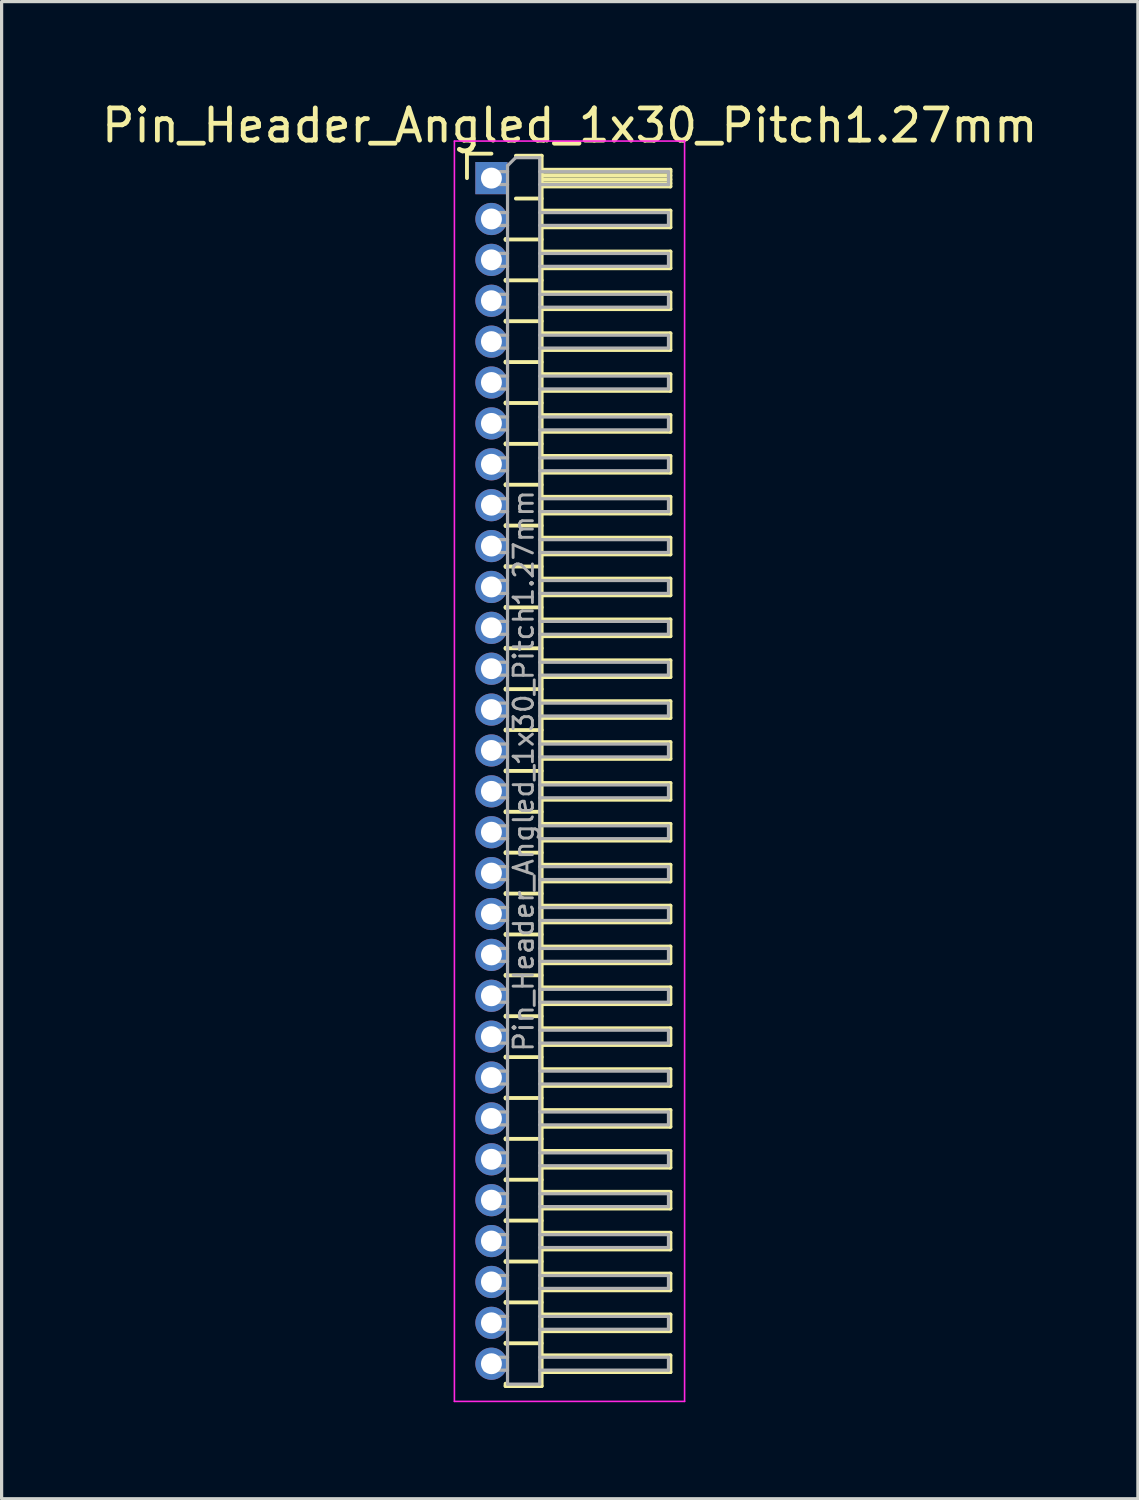
<source format=kicad_pcb>
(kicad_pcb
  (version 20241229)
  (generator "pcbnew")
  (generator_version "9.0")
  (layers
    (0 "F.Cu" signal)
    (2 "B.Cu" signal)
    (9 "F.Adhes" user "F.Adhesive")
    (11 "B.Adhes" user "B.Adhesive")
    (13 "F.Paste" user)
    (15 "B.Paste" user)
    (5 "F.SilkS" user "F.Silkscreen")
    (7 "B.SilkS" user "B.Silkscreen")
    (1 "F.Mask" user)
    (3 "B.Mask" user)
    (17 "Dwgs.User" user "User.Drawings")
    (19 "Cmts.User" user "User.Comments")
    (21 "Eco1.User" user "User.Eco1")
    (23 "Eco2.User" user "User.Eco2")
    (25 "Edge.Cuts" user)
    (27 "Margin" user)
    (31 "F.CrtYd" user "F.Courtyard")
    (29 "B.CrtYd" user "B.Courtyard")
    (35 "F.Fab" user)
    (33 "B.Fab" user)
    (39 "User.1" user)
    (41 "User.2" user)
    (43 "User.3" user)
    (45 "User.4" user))
  (footprint "Pin_Header_Angled_1x30_Pitch1.27mm"
    (layer "F.Cu")
    (at 12.216 2.483)
    (property "Reference" "Pin_Header_Angled_1x30_Pitch1.27mm" (at 2.433 -1.635 0) (layer "F.SilkS") (effects (font (size 1 1) (thickness 0.15))))
    (attr through_hole)
    (fp_line (start -0.76 -0.76) (end 0 -0.76) (stroke (width 0.12) (type solid)) (layer "F.SilkS"))
    (fp_line (start -0.76 0) (end -0.76 -0.76) (stroke (width 0.12) (type solid)) (layer "F.SilkS"))
    (fp_line (start 0.44 1.89) (end 0.44 1.92) (stroke (width 0.12) (type solid)) (layer "F.SilkS"))
    (fp_line (start 0.44 1.905) (end 1.56 1.905) (stroke (width 0.12) (type solid)) (layer "F.SilkS"))
    (fp_line (start 0.44 3.16) (end 0.44 3.19) (stroke (width 0.12) (type solid)) (layer "F.SilkS"))
    (fp_line (start 0.44 3.175) (end 1.56 3.175) (stroke (width 0.12) (type solid)) (layer "F.SilkS"))
    (fp_line (start 0.44 4.43) (end 0.44 4.46) (stroke (width 0.12) (type solid)) (layer "F.SilkS"))
    (fp_line (start 0.44 4.445) (end 1.56 4.445) (stroke (width 0.12) (type solid)) (layer "F.SilkS"))
    (fp_line (start 0.44 5.7) (end 0.44 5.73) (stroke (width 0.12) (type solid)) (layer "F.SilkS"))
    (fp_line (start 0.44 5.715) (end 1.56 5.715) (stroke (width 0.12) (type solid)) (layer "F.SilkS"))
    (fp_line (start 0.44 6.97) (end 0.44 7) (stroke (width 0.12) (type solid)) (layer "F.SilkS"))
    (fp_line (start 0.44 6.985) (end 1.56 6.985) (stroke (width 0.12) (type solid)) (layer "F.SilkS"))
    (fp_line (start 0.44 8.24) (end 0.44 8.27) (stroke (width 0.12) (type solid)) (layer "F.SilkS"))
    (fp_line (start 0.44 8.255) (end 1.56 8.255) (stroke (width 0.12) (type solid)) (layer "F.SilkS"))
    (fp_line (start 0.44 9.51) (end 0.44 9.54) (stroke (width 0.12) (type solid)) (layer "F.SilkS"))
    (fp_line (start 0.44 9.525) (end 1.56 9.525) (stroke (width 0.12) (type solid)) (layer "F.SilkS"))
    (fp_line (start 0.44 10.78) (end 0.44 10.81) (stroke (width 0.12) (type solid)) (layer "F.SilkS"))
    (fp_line (start 0.44 10.795) (end 1.56 10.795) (stroke (width 0.12) (type solid)) (layer "F.SilkS"))
    (fp_line (start 0.44 12.05) (end 0.44 12.08) (stroke (width 0.12) (type solid)) (layer "F.SilkS"))
    (fp_line (start 0.44 12.065) (end 1.56 12.065) (stroke (width 0.12) (type solid)) (layer "F.SilkS"))
    (fp_line (start 0.44 13.32) (end 0.44 13.35) (stroke (width 0.12) (type solid)) (layer "F.SilkS"))
    (fp_line (start 0.44 13.335) (end 1.56 13.335) (stroke (width 0.12) (type solid)) (layer "F.SilkS"))
    (fp_line (start 0.44 14.59) (end 0.44 14.62) (stroke (width 0.12) (type solid)) (layer "F.SilkS"))
    (fp_line (start 0.44 14.605) (end 1.56 14.605) (stroke (width 0.12) (type solid)) (layer "F.SilkS"))
    (fp_line (start 0.44 15.86) (end 0.44 15.89) (stroke (width 0.12) (type solid)) (layer "F.SilkS"))
    (fp_line (start 0.44 15.875) (end 1.56 15.875) (stroke (width 0.12) (type solid)) (layer "F.SilkS"))
    (fp_line (start 0.44 17.13) (end 0.44 17.16) (stroke (width 0.12) (type solid)) (layer "F.SilkS"))
    (fp_line (start 0.44 17.145) (end 1.56 17.145) (stroke (width 0.12) (type solid)) (layer "F.SilkS"))
    (fp_line (start 0.44 18.4) (end 0.44 18.43) (stroke (width 0.12) (type solid)) (layer "F.SilkS"))
    (fp_line (start 0.44 18.415) (end 1.56 18.415) (stroke (width 0.12) (type solid)) (layer "F.SilkS"))
    (fp_line (start 0.44 19.67) (end 0.44 19.7) (stroke (width 0.12) (type solid)) (layer "F.SilkS"))
    (fp_line (start 0.44 19.685) (end 1.56 19.685) (stroke (width 0.12) (type solid)) (layer "F.SilkS"))
    (fp_line (start 0.44 20.94) (end 0.44 20.97) (stroke (width 0.12) (type solid)) (layer "F.SilkS"))
    (fp_line (start 0.44 20.955) (end 1.56 20.955) (stroke (width 0.12) (type solid)) (layer "F.SilkS"))
    (fp_line (start 0.44 22.21) (end 0.44 22.24) (stroke (width 0.12) (type solid)) (layer "F.SilkS"))
    (fp_line (start 0.44 22.225) (end 1.56 22.225) (stroke (width 0.12) (type solid)) (layer "F.SilkS"))
    (fp_line (start 0.44 23.48) (end 0.44 23.51) (stroke (width 0.12) (type solid)) (layer "F.SilkS"))
    (fp_line (start 0.44 23.495) (end 1.56 23.495) (stroke (width 0.12) (type solid)) (layer "F.SilkS"))
    (fp_line (start 0.44 24.75) (end 0.44 24.78) (stroke (width 0.12) (type solid)) (layer "F.SilkS"))
    (fp_line (start 0.44 24.765) (end 1.56 24.765) (stroke (width 0.12) (type solid)) (layer "F.SilkS"))
    (fp_line (start 0.44 26.02) (end 0.44 26.05) (stroke (width 0.12) (type solid)) (layer "F.SilkS"))
    (fp_line (start 0.44 26.035) (end 1.56 26.035) (stroke (width 0.12) (type solid)) (layer "F.SilkS"))
    (fp_line (start 0.44 27.29) (end 0.44 27.32) (stroke (width 0.12) (type solid)) (layer "F.SilkS"))
    (fp_line (start 0.44 27.305) (end 1.56 27.305) (stroke (width 0.12) (type solid)) (layer "F.SilkS"))
    (fp_line (start 0.44 28.56) (end 0.44 28.59) (stroke (width 0.12) (type solid)) (layer "F.SilkS"))
    (fp_line (start 0.44 28.575) (end 1.56 28.575) (stroke (width 0.12) (type solid)) (layer "F.SilkS"))
    (fp_line (start 0.44 29.83) (end 0.44 29.86) (stroke (width 0.12) (type solid)) (layer "F.SilkS"))
    (fp_line (start 0.44 29.845) (end 1.56 29.845) (stroke (width 0.12) (type solid)) (layer "F.SilkS"))
    (fp_line (start 0.44 31.1) (end 0.44 31.13) (stroke (width 0.12) (type solid)) (layer "F.SilkS"))
    (fp_line (start 0.44 31.115) (end 1.56 31.115) (stroke (width 0.12) (type solid)) (layer "F.SilkS"))
    (fp_line (start 0.44 32.37) (end 0.44 32.4) (stroke (width 0.12) (type solid)) (layer "F.SilkS"))
    (fp_line (start 0.44 32.385) (end 1.56 32.385) (stroke (width 0.12) (type solid)) (layer "F.SilkS"))
    (fp_line (start 0.44 33.64) (end 0.44 33.67) (stroke (width 0.12) (type solid)) (layer "F.SilkS"))
    (fp_line (start 0.44 33.655) (end 1.56 33.655) (stroke (width 0.12) (type solid)) (layer "F.SilkS"))
    (fp_line (start 0.44 34.91) (end 0.44 34.94) (stroke (width 0.12) (type solid)) (layer "F.SilkS"))
    (fp_line (start 0.44 34.925) (end 1.56 34.925) (stroke (width 0.12) (type solid)) (layer "F.SilkS"))
    (fp_line (start 0.44 36.18) (end 0.44 36.21) (stroke (width 0.12) (type solid)) (layer "F.SilkS"))
    (fp_line (start 0.44 36.195) (end 1.56 36.195) (stroke (width 0.12) (type solid)) (layer "F.SilkS"))
    (fp_line (start 0.44 37.525) (end 0.44 37.45) (stroke (width 0.12) (type solid)) (layer "F.SilkS"))
    (fp_line (start 0.76 -0.695) (end 1.56 -0.695) (stroke (width 0.12) (type solid)) (layer "F.SilkS"))
    (fp_line (start 0.76 0.635) (end 1.56 0.635) (stroke (width 0.12) (type solid)) (layer "F.SilkS"))
    (fp_line (start 1.56 -0.695) (end 1.56 37.525) (stroke (width 0.12) (type solid)) (layer "F.SilkS"))
    (fp_line (start 1.56 -0.26) (end 5.56 -0.26) (stroke (width 0.12) (type solid)) (layer "F.SilkS"))
    (fp_line (start 1.56 -0.2) (end 5.56 -0.2) (stroke (width 0.12) (type solid)) (layer "F.SilkS"))
    (fp_line (start 1.56 -0.08) (end 5.56 -0.08) (stroke (width 0.12) (type solid)) (layer "F.SilkS"))
    (fp_line (start 1.56 0.04) (end 5.56 0.04) (stroke (width 0.12) (type solid)) (layer "F.SilkS"))
    (fp_line (start 1.56 0.16) (end 5.56 0.16) (stroke (width 0.12) (type solid)) (layer "F.SilkS"))
    (fp_line (start 1.56 1.01) (end 5.56 1.01) (stroke (width 0.12) (type solid)) (layer "F.SilkS"))
    (fp_line (start 1.56 2.28) (end 5.56 2.28) (stroke (width 0.12) (type solid)) (layer "F.SilkS"))
    (fp_line (start 1.56 3.55) (end 5.56 3.55) (stroke (width 0.12) (type solid)) (layer "F.SilkS"))
    (fp_line (start 1.56 4.82) (end 5.56 4.82) (stroke (width 0.12) (type solid)) (layer "F.SilkS"))
    (fp_line (start 1.56 6.09) (end 5.56 6.09) (stroke (width 0.12) (type solid)) (layer "F.SilkS"))
    (fp_line (start 1.56 7.36) (end 5.56 7.36) (stroke (width 0.12) (type solid)) (layer "F.SilkS"))
    (fp_line (start 1.56 8.63) (end 5.56 8.63) (stroke (width 0.12) (type solid)) (layer "F.SilkS"))
    (fp_line (start 1.56 9.9) (end 5.56 9.9) (stroke (width 0.12) (type solid)) (layer "F.SilkS"))
    (fp_line (start 1.56 11.17) (end 5.56 11.17) (stroke (width 0.12) (type solid)) (layer "F.SilkS"))
    (fp_line (start 1.56 12.44) (end 5.56 12.44) (stroke (width 0.12) (type solid)) (layer "F.SilkS"))
    (fp_line (start 1.56 13.71) (end 5.56 13.71) (stroke (width 0.12) (type solid)) (layer "F.SilkS"))
    (fp_line (start 1.56 14.98) (end 5.56 14.98) (stroke (width 0.12) (type solid)) (layer "F.SilkS"))
    (fp_line (start 1.56 16.25) (end 5.56 16.25) (stroke (width 0.12) (type solid)) (layer "F.SilkS"))
    (fp_line (start 1.56 17.52) (end 5.56 17.52) (stroke (width 0.12) (type solid)) (layer "F.SilkS"))
    (fp_line (start 1.56 18.79) (end 5.56 18.79) (stroke (width 0.12) (type solid)) (layer "F.SilkS"))
    (fp_line (start 1.56 20.06) (end 5.56 20.06) (stroke (width 0.12) (type solid)) (layer "F.SilkS"))
    (fp_line (start 1.56 21.33) (end 5.56 21.33) (stroke (width 0.12) (type solid)) (layer "F.SilkS"))
    (fp_line (start 1.56 22.6) (end 5.56 22.6) (stroke (width 0.12) (type solid)) (layer "F.SilkS"))
    (fp_line (start 1.56 23.87) (end 5.56 23.87) (stroke (width 0.12) (type solid)) (layer "F.SilkS"))
    (fp_line (start 1.56 25.14) (end 5.56 25.14) (stroke (width 0.12) (type solid)) (layer "F.SilkS"))
    (fp_line (start 1.56 26.41) (end 5.56 26.41) (stroke (width 0.12) (type solid)) (layer "F.SilkS"))
    (fp_line (start 1.56 27.68) (end 5.56 27.68) (stroke (width 0.12) (type solid)) (layer "F.SilkS"))
    (fp_line (start 1.56 28.95) (end 5.56 28.95) (stroke (width 0.12) (type solid)) (layer "F.SilkS"))
    (fp_line (start 1.56 30.22) (end 5.56 30.22) (stroke (width 0.12) (type solid)) (layer "F.SilkS"))
    (fp_line (start 1.56 31.49) (end 5.56 31.49) (stroke (width 0.12) (type solid)) (layer "F.SilkS"))
    (fp_line (start 1.56 32.76) (end 5.56 32.76) (stroke (width 0.12) (type solid)) (layer "F.SilkS"))
    (fp_line (start 1.56 34.03) (end 5.56 34.03) (stroke (width 0.12) (type solid)) (layer "F.SilkS"))
    (fp_line (start 1.56 35.3) (end 5.56 35.3) (stroke (width 0.12) (type solid)) (layer "F.SilkS"))
    (fp_line (start 1.56 36.57) (end 5.56 36.57) (stroke (width 0.12) (type solid)) (layer "F.SilkS"))
    (fp_line (start 1.56 37.525) (end 0.44 37.525) (stroke (width 0.12) (type solid)) (layer "F.SilkS"))
    (fp_line (start 5.56 -0.26) (end 5.56 0.26) (stroke (width 0.12) (type solid)) (layer "F.SilkS"))
    (fp_line (start 5.56 0.26) (end 1.56 0.26) (stroke (width 0.12) (type solid)) (layer "F.SilkS"))
    (fp_line (start 5.56 1.01) (end 5.56 1.53) (stroke (width 0.12) (type solid)) (layer "F.SilkS"))
    (fp_line (start 5.56 1.53) (end 1.56 1.53) (stroke (width 0.12) (type solid)) (layer "F.SilkS"))
    (fp_line (start 5.56 2.28) (end 5.56 2.8) (stroke (width 0.12) (type solid)) (layer "F.SilkS"))
    (fp_line (start 5.56 2.8) (end 1.56 2.8) (stroke (width 0.12) (type solid)) (layer "F.SilkS"))
    (fp_line (start 5.56 3.55) (end 5.56 4.07) (stroke (width 0.12) (type solid)) (layer "F.SilkS"))
    (fp_line (start 5.56 4.07) (end 1.56 4.07) (stroke (width 0.12) (type solid)) (layer "F.SilkS"))
    (fp_line (start 5.56 4.82) (end 5.56 5.34) (stroke (width 0.12) (type solid)) (layer "F.SilkS"))
    (fp_line (start 5.56 5.34) (end 1.56 5.34) (stroke (width 0.12) (type solid)) (layer "F.SilkS"))
    (fp_line (start 5.56 6.09) (end 5.56 6.61) (stroke (width 0.12) (type solid)) (layer "F.SilkS"))
    (fp_line (start 5.56 6.61) (end 1.56 6.61) (stroke (width 0.12) (type solid)) (layer "F.SilkS"))
    (fp_line (start 5.56 7.36) (end 5.56 7.88) (stroke (width 0.12) (type solid)) (layer "F.SilkS"))
    (fp_line (start 5.56 7.88) (end 1.56 7.88) (stroke (width 0.12) (type solid)) (layer "F.SilkS"))
    (fp_line (start 5.56 8.63) (end 5.56 9.15) (stroke (width 0.12) (type solid)) (layer "F.SilkS"))
    (fp_line (start 5.56 9.15) (end 1.56 9.15) (stroke (width 0.12) (type solid)) (layer "F.SilkS"))
    (fp_line (start 5.56 9.9) (end 5.56 10.42) (stroke (width 0.12) (type solid)) (layer "F.SilkS"))
    (fp_line (start 5.56 10.42) (end 1.56 10.42) (stroke (width 0.12) (type solid)) (layer "F.SilkS"))
    (fp_line (start 5.56 11.17) (end 5.56 11.69) (stroke (width 0.12) (type solid)) (layer "F.SilkS"))
    (fp_line (start 5.56 11.69) (end 1.56 11.69) (stroke (width 0.12) (type solid)) (layer "F.SilkS"))
    (fp_line (start 5.56 12.44) (end 5.56 12.96) (stroke (width 0.12) (type solid)) (layer "F.SilkS"))
    (fp_line (start 5.56 12.96) (end 1.56 12.96) (stroke (width 0.12) (type solid)) (layer "F.SilkS"))
    (fp_line (start 5.56 13.71) (end 5.56 14.23) (stroke (width 0.12) (type solid)) (layer "F.SilkS"))
    (fp_line (start 5.56 14.23) (end 1.56 14.23) (stroke (width 0.12) (type solid)) (layer "F.SilkS"))
    (fp_line (start 5.56 14.98) (end 5.56 15.5) (stroke (width 0.12) (type solid)) (layer "F.SilkS"))
    (fp_line (start 5.56 15.5) (end 1.56 15.5) (stroke (width 0.12) (type solid)) (layer "F.SilkS"))
    (fp_line (start 5.56 16.25) (end 5.56 16.77) (stroke (width 0.12) (type solid)) (layer "F.SilkS"))
    (fp_line (start 5.56 16.77) (end 1.56 16.77) (stroke (width 0.12) (type solid)) (layer "F.SilkS"))
    (fp_line (start 5.56 17.52) (end 5.56 18.04) (stroke (width 0.12) (type solid)) (layer "F.SilkS"))
    (fp_line (start 5.56 18.04) (end 1.56 18.04) (stroke (width 0.12) (type solid)) (layer "F.SilkS"))
    (fp_line (start 5.56 18.79) (end 5.56 19.31) (stroke (width 0.12) (type solid)) (layer "F.SilkS"))
    (fp_line (start 5.56 19.31) (end 1.56 19.31) (stroke (width 0.12) (type solid)) (layer "F.SilkS"))
    (fp_line (start 5.56 20.06) (end 5.56 20.58) (stroke (width 0.12) (type solid)) (layer "F.SilkS"))
    (fp_line (start 5.56 20.58) (end 1.56 20.58) (stroke (width 0.12) (type solid)) (layer "F.SilkS"))
    (fp_line (start 5.56 21.33) (end 5.56 21.85) (stroke (width 0.12) (type solid)) (layer "F.SilkS"))
    (fp_line (start 5.56 21.85) (end 1.56 21.85) (stroke (width 0.12) (type solid)) (layer "F.SilkS"))
    (fp_line (start 5.56 22.6) (end 5.56 23.12) (stroke (width 0.12) (type solid)) (layer "F.SilkS"))
    (fp_line (start 5.56 23.12) (end 1.56 23.12) (stroke (width 0.12) (type solid)) (layer "F.SilkS"))
    (fp_line (start 5.56 23.87) (end 5.56 24.39) (stroke (width 0.12) (type solid)) (layer "F.SilkS"))
    (fp_line (start 5.56 24.39) (end 1.56 24.39) (stroke (width 0.12) (type solid)) (layer "F.SilkS"))
    (fp_line (start 5.56 25.14) (end 5.56 25.66) (stroke (width 0.12) (type solid)) (layer "F.SilkS"))
    (fp_line (start 5.56 25.66) (end 1.56 25.66) (stroke (width 0.12) (type solid)) (layer "F.SilkS"))
    (fp_line (start 5.56 26.41) (end 5.56 26.93) (stroke (width 0.12) (type solid)) (layer "F.SilkS"))
    (fp_line (start 5.56 26.93) (end 1.56 26.93) (stroke (width 0.12) (type solid)) (layer "F.SilkS"))
    (fp_line (start 5.56 27.68) (end 5.56 28.2) (stroke (width 0.12) (type solid)) (layer "F.SilkS"))
    (fp_line (start 5.56 28.2) (end 1.56 28.2) (stroke (width 0.12) (type solid)) (layer "F.SilkS"))
    (fp_line (start 5.56 28.95) (end 5.56 29.47) (stroke (width 0.12) (type solid)) (layer "F.SilkS"))
    (fp_line (start 5.56 29.47) (end 1.56 29.47) (stroke (width 0.12) (type solid)) (layer "F.SilkS"))
    (fp_line (start 5.56 30.22) (end 5.56 30.74) (stroke (width 0.12) (type solid)) (layer "F.SilkS"))
    (fp_line (start 5.56 30.74) (end 1.56 30.74) (stroke (width 0.12) (type solid)) (layer "F.SilkS"))
    (fp_line (start 5.56 31.49) (end 5.56 32.01) (stroke (width 0.12) (type solid)) (layer "F.SilkS"))
    (fp_line (start 5.56 32.01) (end 1.56 32.01) (stroke (width 0.12) (type solid)) (layer "F.SilkS"))
    (fp_line (start 5.56 32.76) (end 5.56 33.28) (stroke (width 0.12) (type solid)) (layer "F.SilkS"))
    (fp_line (start 5.56 33.28) (end 1.56 33.28) (stroke (width 0.12) (type solid)) (layer "F.SilkS"))
    (fp_line (start 5.56 34.03) (end 5.56 34.55) (stroke (width 0.12) (type solid)) (layer "F.SilkS"))
    (fp_line (start 5.56 34.55) (end 1.56 34.55) (stroke (width 0.12) (type solid)) (layer "F.SilkS"))
    (fp_line (start 5.56 35.3) (end 5.56 35.82) (stroke (width 0.12) (type solid)) (layer "F.SilkS"))
    (fp_line (start 5.56 35.82) (end 1.56 35.82) (stroke (width 0.12) (type solid)) (layer "F.SilkS"))
    (fp_line (start 5.56 36.57) (end 5.56 37.09) (stroke (width 0.12) (type solid)) (layer "F.SilkS"))
    (fp_line (start 5.56 37.09) (end 1.56 37.09) (stroke (width 0.12) (type solid)) (layer "F.SilkS"))
    (fp_line (start -1.15 -1.15) (end -1.15 38) (stroke (width 0.05) (type solid)) (layer "F.CrtYd"))
    (fp_line (start -1.15 38) (end 6 38) (stroke (width 0.05) (type solid)) (layer "F.CrtYd"))
    (fp_line (start 6 -1.15) (end -1.15 -1.15) (stroke (width 0.05) (type solid)) (layer "F.CrtYd"))
    (fp_line (start 6 38) (end 6 -1.15) (stroke (width 0.05) (type solid)) (layer "F.CrtYd"))
    (fp_line (start -0.2 -0.2) (end -0.2 0.2) (stroke (width 0.1) (type solid)) (layer "F.Fab"))
    (fp_line (start -0.2 -0.2) (end 0.5 -0.2) (stroke (width 0.1) (type solid)) (layer "F.Fab"))
    (fp_line (start -0.2 0.2) (end 0.5 0.2) (stroke (width 0.1) (type solid)) (layer "F.Fab"))
    (fp_line (start -0.2 1.07) (end -0.2 1.47) (stroke (width 0.1) (type solid)) (layer "F.Fab"))
    (fp_line (start -0.2 1.07) (end 0.5 1.07) (stroke (width 0.1) (type solid)) (layer "F.Fab"))
    (fp_line (start -0.2 1.47) (end 0.5 1.47) (stroke (width 0.1) (type solid)) (layer "F.Fab"))
    (fp_line (start -0.2 2.34) (end -0.2 2.74) (stroke (width 0.1) (type solid)) (layer "F.Fab"))
    (fp_line (start -0.2 2.34) (end 0.5 2.34) (stroke (width 0.1) (type solid)) (layer "F.Fab"))
    (fp_line (start -0.2 2.74) (end 0.5 2.74) (stroke (width 0.1) (type solid)) (layer "F.Fab"))
    (fp_line (start -0.2 3.61) (end -0.2 4.01) (stroke (width 0.1) (type solid)) (layer "F.Fab"))
    (fp_line (start -0.2 3.61) (end 0.5 3.61) (stroke (width 0.1) (type solid)) (layer "F.Fab"))
    (fp_line (start -0.2 4.01) (end 0.5 4.01) (stroke (width 0.1) (type solid)) (layer "F.Fab"))
    (fp_line (start -0.2 4.88) (end -0.2 5.28) (stroke (width 0.1) (type solid)) (layer "F.Fab"))
    (fp_line (start -0.2 4.88) (end 0.5 4.88) (stroke (width 0.1) (type solid)) (layer "F.Fab"))
    (fp_line (start -0.2 5.28) (end 0.5 5.28) (stroke (width 0.1) (type solid)) (layer "F.Fab"))
    (fp_line (start -0.2 6.15) (end -0.2 6.55) (stroke (width 0.1) (type solid)) (layer "F.Fab"))
    (fp_line (start -0.2 6.15) (end 0.5 6.15) (stroke (width 0.1) (type solid)) (layer "F.Fab"))
    (fp_line (start -0.2 6.55) (end 0.5 6.55) (stroke (width 0.1) (type solid)) (layer "F.Fab"))
    (fp_line (start -0.2 7.42) (end -0.2 7.82) (stroke (width 0.1) (type solid)) (layer "F.Fab"))
    (fp_line (start -0.2 7.42) (end 0.5 7.42) (stroke (width 0.1) (type solid)) (layer "F.Fab"))
    (fp_line (start -0.2 7.82) (end 0.5 7.82) (stroke (width 0.1) (type solid)) (layer "F.Fab"))
    (fp_line (start -0.2 8.69) (end -0.2 9.09) (stroke (width 0.1) (type solid)) (layer "F.Fab"))
    (fp_line (start -0.2 8.69) (end 0.5 8.69) (stroke (width 0.1) (type solid)) (layer "F.Fab"))
    (fp_line (start -0.2 9.09) (end 0.5 9.09) (stroke (width 0.1) (type solid)) (layer "F.Fab"))
    (fp_line (start -0.2 9.96) (end -0.2 10.36) (stroke (width 0.1) (type solid)) (layer "F.Fab"))
    (fp_line (start -0.2 9.96) (end 0.5 9.96) (stroke (width 0.1) (type solid)) (layer "F.Fab"))
    (fp_line (start -0.2 10.36) (end 0.5 10.36) (stroke (width 0.1) (type solid)) (layer "F.Fab"))
    (fp_line (start -0.2 11.23) (end -0.2 11.63) (stroke (width 0.1) (type solid)) (layer "F.Fab"))
    (fp_line (start -0.2 11.23) (end 0.5 11.23) (stroke (width 0.1) (type solid)) (layer "F.Fab"))
    (fp_line (start -0.2 11.63) (end 0.5 11.63) (stroke (width 0.1) (type solid)) (layer "F.Fab"))
    (fp_line (start -0.2 12.5) (end -0.2 12.9) (stroke (width 0.1) (type solid)) (layer "F.Fab"))
    (fp_line (start -0.2 12.5) (end 0.5 12.5) (stroke (width 0.1) (type solid)) (layer "F.Fab"))
    (fp_line (start -0.2 12.9) (end 0.5 12.9) (stroke (width 0.1) (type solid)) (layer "F.Fab"))
    (fp_line (start -0.2 13.77) (end -0.2 14.17) (stroke (width 0.1) (type solid)) (layer "F.Fab"))
    (fp_line (start -0.2 13.77) (end 0.5 13.77) (stroke (width 0.1) (type solid)) (layer "F.Fab"))
    (fp_line (start -0.2 14.17) (end 0.5 14.17) (stroke (width 0.1) (type solid)) (layer "F.Fab"))
    (fp_line (start -0.2 15.04) (end -0.2 15.44) (stroke (width 0.1) (type solid)) (layer "F.Fab"))
    (fp_line (start -0.2 15.04) (end 0.5 15.04) (stroke (width 0.1) (type solid)) (layer "F.Fab"))
    (fp_line (start -0.2 15.44) (end 0.5 15.44) (stroke (width 0.1) (type solid)) (layer "F.Fab"))
    (fp_line (start -0.2 16.31) (end -0.2 16.71) (stroke (width 0.1) (type solid)) (layer "F.Fab"))
    (fp_line (start -0.2 16.31) (end 0.5 16.31) (stroke (width 0.1) (type solid)) (layer "F.Fab"))
    (fp_line (start -0.2 16.71) (end 0.5 16.71) (stroke (width 0.1) (type solid)) (layer "F.Fab"))
    (fp_line (start -0.2 17.58) (end -0.2 17.98) (stroke (width 0.1) (type solid)) (layer "F.Fab"))
    (fp_line (start -0.2 17.58) (end 0.5 17.58) (stroke (width 0.1) (type solid)) (layer "F.Fab"))
    (fp_line (start -0.2 17.98) (end 0.5 17.98) (stroke (width 0.1) (type solid)) (layer "F.Fab"))
    (fp_line (start -0.2 18.85) (end -0.2 19.25) (stroke (width 0.1) (type solid)) (layer "F.Fab"))
    (fp_line (start -0.2 18.85) (end 0.5 18.85) (stroke (width 0.1) (type solid)) (layer "F.Fab"))
    (fp_line (start -0.2 19.25) (end 0.5 19.25) (stroke (width 0.1) (type solid)) (layer "F.Fab"))
    (fp_line (start -0.2 20.12) (end -0.2 20.52) (stroke (width 0.1) (type solid)) (layer "F.Fab"))
    (fp_line (start -0.2 20.12) (end 0.5 20.12) (stroke (width 0.1) (type solid)) (layer "F.Fab"))
    (fp_line (start -0.2 20.52) (end 0.5 20.52) (stroke (width 0.1) (type solid)) (layer "F.Fab"))
    (fp_line (start -0.2 21.39) (end -0.2 21.79) (stroke (width 0.1) (type solid)) (layer "F.Fab"))
    (fp_line (start -0.2 21.39) (end 0.5 21.39) (stroke (width 0.1) (type solid)) (layer "F.Fab"))
    (fp_line (start -0.2 21.79) (end 0.5 21.79) (stroke (width 0.1) (type solid)) (layer "F.Fab"))
    (fp_line (start -0.2 22.66) (end -0.2 23.06) (stroke (width 0.1) (type solid)) (layer "F.Fab"))
    (fp_line (start -0.2 22.66) (end 0.5 22.66) (stroke (width 0.1) (type solid)) (layer "F.Fab"))
    (fp_line (start -0.2 23.06) (end 0.5 23.06) (stroke (width 0.1) (type solid)) (layer "F.Fab"))
    (fp_line (start -0.2 23.93) (end -0.2 24.33) (stroke (width 0.1) (type solid)) (layer "F.Fab"))
    (fp_line (start -0.2 23.93) (end 0.5 23.93) (stroke (width 0.1) (type solid)) (layer "F.Fab"))
    (fp_line (start -0.2 24.33) (end 0.5 24.33) (stroke (width 0.1) (type solid)) (layer "F.Fab"))
    (fp_line (start -0.2 25.2) (end -0.2 25.6) (stroke (width 0.1) (type solid)) (layer "F.Fab"))
    (fp_line (start -0.2 25.2) (end 0.5 25.2) (stroke (width 0.1) (type solid)) (layer "F.Fab"))
    (fp_line (start -0.2 25.6) (end 0.5 25.6) (stroke (width 0.1) (type solid)) (layer "F.Fab"))
    (fp_line (start -0.2 26.47) (end -0.2 26.87) (stroke (width 0.1) (type solid)) (layer "F.Fab"))
    (fp_line (start -0.2 26.47) (end 0.5 26.47) (stroke (width 0.1) (type solid)) (layer "F.Fab"))
    (fp_line (start -0.2 26.87) (end 0.5 26.87) (stroke (width 0.1) (type solid)) (layer "F.Fab"))
    (fp_line (start -0.2 27.74) (end -0.2 28.14) (stroke (width 0.1) (type solid)) (layer "F.Fab"))
    (fp_line (start -0.2 27.74) (end 0.5 27.74) (stroke (width 0.1) (type solid)) (layer "F.Fab"))
    (fp_line (start -0.2 28.14) (end 0.5 28.14) (stroke (width 0.1) (type solid)) (layer "F.Fab"))
    (fp_line (start -0.2 29.01) (end -0.2 29.41) (stroke (width 0.1) (type solid)) (layer "F.Fab"))
    (fp_line (start -0.2 29.01) (end 0.5 29.01) (stroke (width 0.1) (type solid)) (layer "F.Fab"))
    (fp_line (start -0.2 29.41) (end 0.5 29.41) (stroke (width 0.1) (type solid)) (layer "F.Fab"))
    (fp_line (start -0.2 30.28) (end -0.2 30.68) (stroke (width 0.1) (type solid)) (layer "F.Fab"))
    (fp_line (start -0.2 30.28) (end 0.5 30.28) (stroke (width 0.1) (type solid)) (layer "F.Fab"))
    (fp_line (start -0.2 30.68) (end 0.5 30.68) (stroke (width 0.1) (type solid)) (layer "F.Fab"))
    (fp_line (start -0.2 31.55) (end -0.2 31.95) (stroke (width 0.1) (type solid)) (layer "F.Fab"))
    (fp_line (start -0.2 31.55) (end 0.5 31.55) (stroke (width 0.1) (type solid)) (layer "F.Fab"))
    (fp_line (start -0.2 31.95) (end 0.5 31.95) (stroke (width 0.1) (type solid)) (layer "F.Fab"))
    (fp_line (start -0.2 32.82) (end -0.2 33.22) (stroke (width 0.1) (type solid)) (layer "F.Fab"))
    (fp_line (start -0.2 32.82) (end 0.5 32.82) (stroke (width 0.1) (type solid)) (layer "F.Fab"))
    (fp_line (start -0.2 33.22) (end 0.5 33.22) (stroke (width 0.1) (type solid)) (layer "F.Fab"))
    (fp_line (start -0.2 34.09) (end -0.2 34.49) (stroke (width 0.1) (type solid)) (layer "F.Fab"))
    (fp_line (start -0.2 34.09) (end 0.5 34.09) (stroke (width 0.1) (type solid)) (layer "F.Fab"))
    (fp_line (start -0.2 34.49) (end 0.5 34.49) (stroke (width 0.1) (type solid)) (layer "F.Fab"))
    (fp_line (start -0.2 35.36) (end -0.2 35.76) (stroke (width 0.1) (type solid)) (layer "F.Fab"))
    (fp_line (start -0.2 35.36) (end 0.5 35.36) (stroke (width 0.1) (type solid)) (layer "F.Fab"))
    (fp_line (start -0.2 35.76) (end 0.5 35.76) (stroke (width 0.1) (type solid)) (layer "F.Fab"))
    (fp_line (start -0.2 36.63) (end -0.2 37.03) (stroke (width 0.1) (type solid)) (layer "F.Fab"))
    (fp_line (start -0.2 36.63) (end 0.5 36.63) (stroke (width 0.1) (type solid)) (layer "F.Fab"))
    (fp_line (start -0.2 37.03) (end 0.5 37.03) (stroke (width 0.1) (type solid)) (layer "F.Fab"))
    (fp_line (start 0.5 -0.385) (end 0.75 -0.635) (stroke (width 0.1) (type solid)) (layer "F.Fab"))
    (fp_line (start 0.5 37.465) (end 0.5 -0.385) (stroke (width 0.1) (type solid)) (layer "F.Fab"))
    (fp_line (start 0.75 -0.635) (end 1.5 -0.635) (stroke (width 0.1) (type solid)) (layer "F.Fab"))
    (fp_line (start 1.5 -0.635) (end 1.5 37.465) (stroke (width 0.1) (type solid)) (layer "F.Fab"))
    (fp_line (start 1.5 -0.2) (end 5.5 -0.2) (stroke (width 0.1) (type solid)) (layer "F.Fab"))
    (fp_line (start 1.5 0.2) (end 5.5 0.2) (stroke (width 0.1) (type solid)) (layer "F.Fab"))
    (fp_line (start 1.5 1.07) (end 5.5 1.07) (stroke (width 0.1) (type solid)) (layer "F.Fab"))
    (fp_line (start 1.5 1.47) (end 5.5 1.47) (stroke (width 0.1) (type solid)) (layer "F.Fab"))
    (fp_line (start 1.5 2.34) (end 5.5 2.34) (stroke (width 0.1) (type solid)) (layer "F.Fab"))
    (fp_line (start 1.5 2.74) (end 5.5 2.74) (stroke (width 0.1) (type solid)) (layer "F.Fab"))
    (fp_line (start 1.5 3.61) (end 5.5 3.61) (stroke (width 0.1) (type solid)) (layer "F.Fab"))
    (fp_line (start 1.5 4.01) (end 5.5 4.01) (stroke (width 0.1) (type solid)) (layer "F.Fab"))
    (fp_line (start 1.5 4.88) (end 5.5 4.88) (stroke (width 0.1) (type solid)) (layer "F.Fab"))
    (fp_line (start 1.5 5.28) (end 5.5 5.28) (stroke (width 0.1) (type solid)) (layer "F.Fab"))
    (fp_line (start 1.5 6.15) (end 5.5 6.15) (stroke (width 0.1) (type solid)) (layer "F.Fab"))
    (fp_line (start 1.5 6.55) (end 5.5 6.55) (stroke (width 0.1) (type solid)) (layer "F.Fab"))
    (fp_line (start 1.5 7.42) (end 5.5 7.42) (stroke (width 0.1) (type solid)) (layer "F.Fab"))
    (fp_line (start 1.5 7.82) (end 5.5 7.82) (stroke (width 0.1) (type solid)) (layer "F.Fab"))
    (fp_line (start 1.5 8.69) (end 5.5 8.69) (stroke (width 0.1) (type solid)) (layer "F.Fab"))
    (fp_line (start 1.5 9.09) (end 5.5 9.09) (stroke (width 0.1) (type solid)) (layer "F.Fab"))
    (fp_line (start 1.5 9.96) (end 5.5 9.96) (stroke (width 0.1) (type solid)) (layer "F.Fab"))
    (fp_line (start 1.5 10.36) (end 5.5 10.36) (stroke (width 0.1) (type solid)) (layer "F.Fab"))
    (fp_line (start 1.5 11.23) (end 5.5 11.23) (stroke (width 0.1) (type solid)) (layer "F.Fab"))
    (fp_line (start 1.5 11.63) (end 5.5 11.63) (stroke (width 0.1) (type solid)) (layer "F.Fab"))
    (fp_line (start 1.5 12.5) (end 5.5 12.5) (stroke (width 0.1) (type solid)) (layer "F.Fab"))
    (fp_line (start 1.5 12.9) (end 5.5 12.9) (stroke (width 0.1) (type solid)) (layer "F.Fab"))
    (fp_line (start 1.5 13.77) (end 5.5 13.77) (stroke (width 0.1) (type solid)) (layer "F.Fab"))
    (fp_line (start 1.5 14.17) (end 5.5 14.17) (stroke (width 0.1) (type solid)) (layer "F.Fab"))
    (fp_line (start 1.5 15.04) (end 5.5 15.04) (stroke (width 0.1) (type solid)) (layer "F.Fab"))
    (fp_line (start 1.5 15.44) (end 5.5 15.44) (stroke (width 0.1) (type solid)) (layer "F.Fab"))
    (fp_line (start 1.5 16.31) (end 5.5 16.31) (stroke (width 0.1) (type solid)) (layer "F.Fab"))
    (fp_line (start 1.5 16.71) (end 5.5 16.71) (stroke (width 0.1) (type solid)) (layer "F.Fab"))
    (fp_line (start 1.5 17.58) (end 5.5 17.58) (stroke (width 0.1) (type solid)) (layer "F.Fab"))
    (fp_line (start 1.5 17.98) (end 5.5 17.98) (stroke (width 0.1) (type solid)) (layer "F.Fab"))
    (fp_line (start 1.5 18.85) (end 5.5 18.85) (stroke (width 0.1) (type solid)) (layer "F.Fab"))
    (fp_line (start 1.5 19.25) (end 5.5 19.25) (stroke (width 0.1) (type solid)) (layer "F.Fab"))
    (fp_line (start 1.5 20.12) (end 5.5 20.12) (stroke (width 0.1) (type solid)) (layer "F.Fab"))
    (fp_line (start 1.5 20.52) (end 5.5 20.52) (stroke (width 0.1) (type solid)) (layer "F.Fab"))
    (fp_line (start 1.5 21.39) (end 5.5 21.39) (stroke (width 0.1) (type solid)) (layer "F.Fab"))
    (fp_line (start 1.5 21.79) (end 5.5 21.79) (stroke (width 0.1) (type solid)) (layer "F.Fab"))
    (fp_line (start 1.5 22.66) (end 5.5 22.66) (stroke (width 0.1) (type solid)) (layer "F.Fab"))
    (fp_line (start 1.5 23.06) (end 5.5 23.06) (stroke (width 0.1) (type solid)) (layer "F.Fab"))
    (fp_line (start 1.5 23.93) (end 5.5 23.93) (stroke (width 0.1) (type solid)) (layer "F.Fab"))
    (fp_line (start 1.5 24.33) (end 5.5 24.33) (stroke (width 0.1) (type solid)) (layer "F.Fab"))
    (fp_line (start 1.5 25.2) (end 5.5 25.2) (stroke (width 0.1) (type solid)) (layer "F.Fab"))
    (fp_line (start 1.5 25.6) (end 5.5 25.6) (stroke (width 0.1) (type solid)) (layer "F.Fab"))
    (fp_line (start 1.5 26.47) (end 5.5 26.47) (stroke (width 0.1) (type solid)) (layer "F.Fab"))
    (fp_line (start 1.5 26.87) (end 5.5 26.87) (stroke (width 0.1) (type solid)) (layer "F.Fab"))
    (fp_line (start 1.5 27.74) (end 5.5 27.74) (stroke (width 0.1) (type solid)) (layer "F.Fab"))
    (fp_line (start 1.5 28.14) (end 5.5 28.14) (stroke (width 0.1) (type solid)) (layer "F.Fab"))
    (fp_line (start 1.5 29.01) (end 5.5 29.01) (stroke (width 0.1) (type solid)) (layer "F.Fab"))
    (fp_line (start 1.5 29.41) (end 5.5 29.41) (stroke (width 0.1) (type solid)) (layer "F.Fab"))
    (fp_line (start 1.5 30.28) (end 5.5 30.28) (stroke (width 0.1) (type solid)) (layer "F.Fab"))
    (fp_line (start 1.5 30.68) (end 5.5 30.68) (stroke (width 0.1) (type solid)) (layer "F.Fab"))
    (fp_line (start 1.5 31.55) (end 5.5 31.55) (stroke (width 0.1) (type solid)) (layer "F.Fab"))
    (fp_line (start 1.5 31.95) (end 5.5 31.95) (stroke (width 0.1) (type solid)) (layer "F.Fab"))
    (fp_line (start 1.5 32.82) (end 5.5 32.82) (stroke (width 0.1) (type solid)) (layer "F.Fab"))
    (fp_line (start 1.5 33.22) (end 5.5 33.22) (stroke (width 0.1) (type solid)) (layer "F.Fab"))
    (fp_line (start 1.5 34.09) (end 5.5 34.09) (stroke (width 0.1) (type solid)) (layer "F.Fab"))
    (fp_line (start 1.5 34.49) (end 5.5 34.49) (stroke (width 0.1) (type solid)) (layer "F.Fab"))
    (fp_line (start 1.5 35.36) (end 5.5 35.36) (stroke (width 0.1) (type solid)) (layer "F.Fab"))
    (fp_line (start 1.5 35.76) (end 5.5 35.76) (stroke (width 0.1) (type solid)) (layer "F.Fab"))
    (fp_line (start 1.5 36.63) (end 5.5 36.63) (stroke (width 0.1) (type solid)) (layer "F.Fab"))
    (fp_line (start 1.5 37.03) (end 5.5 37.03) (stroke (width 0.1) (type solid)) (layer "F.Fab"))
    (fp_line (start 1.5 37.465) (end 0.5 37.465) (stroke (width 0.1) (type solid)) (layer "F.Fab"))
    (fp_line (start 5.5 -0.2) (end 5.5 0.2) (stroke (width 0.1) (type solid)) (layer "F.Fab"))
    (fp_line (start 5.5 1.07) (end 5.5 1.47) (stroke (width 0.1) (type solid)) (layer "F.Fab"))
    (fp_line (start 5.5 2.34) (end 5.5 2.74) (stroke (width 0.1) (type solid)) (layer "F.Fab"))
    (fp_line (start 5.5 3.61) (end 5.5 4.01) (stroke (width 0.1) (type solid)) (layer "F.Fab"))
    (fp_line (start 5.5 4.88) (end 5.5 5.28) (stroke (width 0.1) (type solid)) (layer "F.Fab"))
    (fp_line (start 5.5 6.15) (end 5.5 6.55) (stroke (width 0.1) (type solid)) (layer "F.Fab"))
    (fp_line (start 5.5 7.42) (end 5.5 7.82) (stroke (width 0.1) (type solid)) (layer "F.Fab"))
    (fp_line (start 5.5 8.69) (end 5.5 9.09) (stroke (width 0.1) (type solid)) (layer "F.Fab"))
    (fp_line (start 5.5 9.96) (end 5.5 10.36) (stroke (width 0.1) (type solid)) (layer "F.Fab"))
    (fp_line (start 5.5 11.23) (end 5.5 11.63) (stroke (width 0.1) (type solid)) (layer "F.Fab"))
    (fp_line (start 5.5 12.5) (end 5.5 12.9) (stroke (width 0.1) (type solid)) (layer "F.Fab"))
    (fp_line (start 5.5 13.77) (end 5.5 14.17) (stroke (width 0.1) (type solid)) (layer "F.Fab"))
    (fp_line (start 5.5 15.04) (end 5.5 15.44) (stroke (width 0.1) (type solid)) (layer "F.Fab"))
    (fp_line (start 5.5 16.31) (end 5.5 16.71) (stroke (width 0.1) (type solid)) (layer "F.Fab"))
    (fp_line (start 5.5 17.58) (end 5.5 17.98) (stroke (width 0.1) (type solid)) (layer "F.Fab"))
    (fp_line (start 5.5 18.85) (end 5.5 19.25) (stroke (width 0.1) (type solid)) (layer "F.Fab"))
    (fp_line (start 5.5 20.12) (end 5.5 20.52) (stroke (width 0.1) (type solid)) (layer "F.Fab"))
    (fp_line (start 5.5 21.39) (end 5.5 21.79) (stroke (width 0.1) (type solid)) (layer "F.Fab"))
    (fp_line (start 5.5 22.66) (end 5.5 23.06) (stroke (width 0.1) (type solid)) (layer "F.Fab"))
    (fp_line (start 5.5 23.93) (end 5.5 24.33) (stroke (width 0.1) (type solid)) (layer "F.Fab"))
    (fp_line (start 5.5 25.2) (end 5.5 25.6) (stroke (width 0.1) (type solid)) (layer "F.Fab"))
    (fp_line (start 5.5 26.47) (end 5.5 26.87) (stroke (width 0.1) (type solid)) (layer "F.Fab"))
    (fp_line (start 5.5 27.74) (end 5.5 28.14) (stroke (width 0.1) (type solid)) (layer "F.Fab"))
    (fp_line (start 5.5 29.01) (end 5.5 29.41) (stroke (width 0.1) (type solid)) (layer "F.Fab"))
    (fp_line (start 5.5 30.28) (end 5.5 30.68) (stroke (width 0.1) (type solid)) (layer "F.Fab"))
    (fp_line (start 5.5 31.55) (end 5.5 31.95) (stroke (width 0.1) (type solid)) (layer "F.Fab"))
    (fp_line (start 5.5 32.82) (end 5.5 33.22) (stroke (width 0.1) (type solid)) (layer "F.Fab"))
    (fp_line (start 5.5 34.09) (end 5.5 34.49) (stroke (width 0.1) (type solid)) (layer "F.Fab"))
    (fp_line (start 5.5 35.36) (end 5.5 35.76) (stroke (width 0.1) (type solid)) (layer "F.Fab"))
    (fp_line (start 5.5 36.63) (end 5.5 37.03) (stroke (width 0.1) (type solid)) (layer "F.Fab"))
    (fp_text user "${REFERENCE}" (at 1 18.415 90) (layer "F.Fab") (effects (font (size 0.6 0.6) (thickness 0.09))))
    (pad "1" thru_hole rect (at 0 0) (size 1 1) (drill 0.65) (layers "*.Cu" "*.Mask"))
    (pad "2" thru_hole oval (at 0 1.27) (size 1 1) (drill 0.65) (layers "*.Cu" "*.Mask"))
    (pad "3" thru_hole oval (at 0 2.54) (size 1 1) (drill 0.65) (layers "*.Cu" "*.Mask"))
    (pad "4" thru_hole oval (at 0 3.81) (size 1 1) (drill 0.65) (layers "*.Cu" "*.Mask"))
    (pad "5" thru_hole oval (at 0 5.08) (size 1 1) (drill 0.65) (layers "*.Cu" "*.Mask"))
    (pad "6" thru_hole oval (at 0 6.35) (size 1 1) (drill 0.65) (layers "*.Cu" "*.Mask"))
    (pad "7" thru_hole oval (at 0 7.62) (size 1 1) (drill 0.65) (layers "*.Cu" "*.Mask"))
    (pad "8" thru_hole oval (at 0 8.89) (size 1 1) (drill 0.65) (layers "*.Cu" "*.Mask"))
    (pad "9" thru_hole oval (at 0 10.16) (size 1 1) (drill 0.65) (layers "*.Cu" "*.Mask"))
    (pad "10" thru_hole oval (at 0 11.43) (size 1 1) (drill 0.65) (layers "*.Cu" "*.Mask"))
    (pad "11" thru_hole oval (at 0 12.7) (size 1 1) (drill 0.65) (layers "*.Cu" "*.Mask"))
    (pad "12" thru_hole oval (at 0 13.97) (size 1 1) (drill 0.65) (layers "*.Cu" "*.Mask"))
    (pad "13" thru_hole oval (at 0 15.24) (size 1 1) (drill 0.65) (layers "*.Cu" "*.Mask"))
    (pad "14" thru_hole oval (at 0 16.51) (size 1 1) (drill 0.65) (layers "*.Cu" "*.Mask"))
    (pad "15" thru_hole oval (at 0 17.78) (size 1 1) (drill 0.65) (layers "*.Cu" "*.Mask"))
    (pad "16" thru_hole oval (at 0 19.05) (size 1 1) (drill 0.65) (layers "*.Cu" "*.Mask"))
    (pad "17" thru_hole oval (at 0 20.32) (size 1 1) (drill 0.65) (layers "*.Cu" "*.Mask"))
    (pad "18" thru_hole oval (at 0 21.59) (size 1 1) (drill 0.65) (layers "*.Cu" "*.Mask"))
    (pad "19" thru_hole oval (at 0 22.86) (size 1 1) (drill 0.65) (layers "*.Cu" "*.Mask"))
    (pad "20" thru_hole oval (at 0 24.13) (size 1 1) (drill 0.65) (layers "*.Cu" "*.Mask"))
    (pad "21" thru_hole oval (at 0 25.4) (size 1 1) (drill 0.65) (layers "*.Cu" "*.Mask"))
    (pad "22" thru_hole oval (at 0 26.67) (size 1 1) (drill 0.65) (layers "*.Cu" "*.Mask"))
    (pad "23" thru_hole oval (at 0 27.94) (size 1 1) (drill 0.65) (layers "*.Cu" "*.Mask"))
    (pad "24" thru_hole oval (at 0 29.21) (size 1 1) (drill 0.65) (layers "*.Cu" "*.Mask"))
    (pad "25" thru_hole oval (at 0 30.48) (size 1 1) (drill 0.65) (layers "*.Cu" "*.Mask"))
    (pad "26" thru_hole oval (at 0 31.75) (size 1 1) (drill 0.65) (layers "*.Cu" "*.Mask"))
    (pad "27" thru_hole oval (at 0 33.02) (size 1 1) (drill 0.65) (layers "*.Cu" "*.Mask"))
    (pad "28" thru_hole oval (at 0 34.29) (size 1 1) (drill 0.65) (layers "*.Cu" "*.Mask"))
    (pad "29" thru_hole oval (at 0 35.56) (size 1 1) (drill 0.65) (layers "*.Cu" "*.Mask"))
    (pad "30" thru_hole oval (at 0 36.83) (size 1 1) (drill 0.65) (layers "*.Cu" "*.Mask")))
  (gr_rect
    (start -3 -3)
    (end 32.298 43.508)
    (stroke (width 0.1) (type default))
    (fill no)
    (layer "Edge.Cuts")))
</source>
